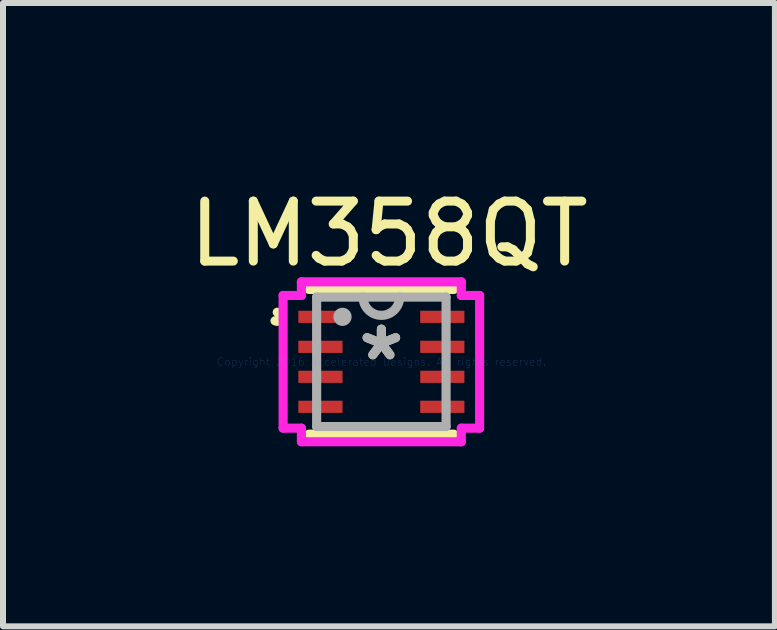
<source format=kicad_pcb>
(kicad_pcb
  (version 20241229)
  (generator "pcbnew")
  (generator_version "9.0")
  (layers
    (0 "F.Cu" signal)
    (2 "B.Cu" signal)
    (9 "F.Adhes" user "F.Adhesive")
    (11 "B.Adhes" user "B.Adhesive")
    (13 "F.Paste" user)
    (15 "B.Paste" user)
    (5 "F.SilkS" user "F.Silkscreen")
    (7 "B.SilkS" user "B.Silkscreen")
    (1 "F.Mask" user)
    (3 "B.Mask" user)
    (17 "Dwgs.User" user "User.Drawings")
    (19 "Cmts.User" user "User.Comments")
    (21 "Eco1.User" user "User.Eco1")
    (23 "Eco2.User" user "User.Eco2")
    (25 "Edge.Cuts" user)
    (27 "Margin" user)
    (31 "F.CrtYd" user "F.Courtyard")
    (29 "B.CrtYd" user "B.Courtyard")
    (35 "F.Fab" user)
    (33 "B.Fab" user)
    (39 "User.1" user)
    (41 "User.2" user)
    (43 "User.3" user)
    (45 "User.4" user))
  (footprint "LM358QT"
    (layer "F.Cu")
    (at 3.308 2.982)
    (property "Reference" "LM358QT" (at 0.127 -2.134 0) (layer "F.SilkS") (effects (font (size 1 1) (thickness 0.15))))
    (attr through_hole)
    (fp_line (start -1.206 1.206) (end 1.206 1.206) (stroke (width 0.152) (type solid)) (layer "F.SilkS"))
    (fp_line (start 1.206 -1.206) (end -1.206 -1.206) (stroke (width 0.152) (type solid)) (layer "F.SilkS"))
    (fp_arc (start -1.735963 -0.826389) (mid -1.66215 -0.731266) (end -1.772624 -0.683387) (stroke (width 0.1524) (type solid)) (layer "F.SilkS"))
    (fp_line (start -1.638 -1.106) (end -1.333 -1.106) (stroke (width 0.152) (type solid)) (layer "F.CrtYd"))
    (fp_line (start -1.638 1.106) (end -1.638 -1.106) (stroke (width 0.152) (type solid)) (layer "F.CrtYd"))
    (fp_line (start -1.333 -1.333) (end 1.333 -1.333) (stroke (width 0.152) (type solid)) (layer "F.CrtYd"))
    (fp_line (start -1.333 -1.106) (end -1.333 -1.333) (stroke (width 0.152) (type solid)) (layer "F.CrtYd"))
    (fp_line (start -1.333 1.106) (end -1.638 1.106) (stroke (width 0.152) (type solid)) (layer "F.CrtYd"))
    (fp_line (start -1.333 1.333) (end -1.333 1.106) (stroke (width 0.152) (type solid)) (layer "F.CrtYd"))
    (fp_line (start 1.333 -1.333) (end 1.333 -1.106) (stroke (width 0.152) (type solid)) (layer "F.CrtYd"))
    (fp_line (start 1.333 -1.106) (end 1.638 -1.106) (stroke (width 0.152) (type solid)) (layer "F.CrtYd"))
    (fp_line (start 1.333 1.106) (end 1.333 1.333) (stroke (width 0.152) (type solid)) (layer "F.CrtYd"))
    (fp_line (start 1.333 1.333) (end -1.333 1.333) (stroke (width 0.152) (type solid)) (layer "F.CrtYd"))
    (fp_line (start 1.638 -1.106) (end 1.638 1.106) (stroke (width 0.152) (type solid)) (layer "F.CrtYd"))
    (fp_line (start 1.638 1.106) (end 1.333 1.106) (stroke (width 0.152) (type solid)) (layer "F.CrtYd"))
    (fp_line (start -1.079 -1.079) (end -1.079 1.079) (stroke (width 0.152) (type solid)) (layer "F.Fab"))
    (fp_line (start -1.079 1.079) (end 1.079 1.079) (stroke (width 0.152) (type solid)) (layer "F.Fab"))
    (fp_line (start 1.079 -1.079) (end -1.079 -1.079) (stroke (width 0.152) (type solid)) (layer "F.Fab"))
    (fp_line (start 1.079 1.079) (end 1.079 -1.079) (stroke (width 0.152) (type solid)) (layer "F.Fab"))
    (fp_arc (start 0.3048 -1.0795) (mid 0 -0.7747) (end -0.3048 -1.0795) (stroke (width 0.1524) (type solid)) (layer "F.Fab"))
    (fp_circle (center -0.648 -0.75) (end -0.648 -0.75) (stroke (width 0.152) (type solid)) (fill no) (layer "F.Fab"))
    (fp_text user "*" (at 0 0 0) (layer "F.SilkS") (effects (font (size 1 1) (thickness 0.15))))
    (fp_text user "Copyright 2016 Accelerated Designs. All rights reserved." (at 0 0 0) (layer "Cmts.User") (effects (font (size 0.127 0.127) (thickness 0.002))))
    (fp_text user "*" (at 0 0 0) (layer "F.Fab") (effects (font (size 1 1) (thickness 0.15))))
    (pad "1" smd rect (at -1.016 -0.75) (size 0.737 0.203) (layers "F.Cu" "F.Mask" "F.Paste"))
    (pad "2" smd rect (at -1.016 -0.25) (size 0.737 0.203) (layers "F.Cu" "F.Mask" "F.Paste"))
    (pad "3" smd rect (at -1.016 0.25) (size 0.737 0.203) (layers "F.Cu" "F.Mask" "F.Paste"))
    (pad "4" smd rect (at -1.016 0.75) (size 0.737 0.203) (layers "F.Cu" "F.Mask" "F.Paste"))
    (pad "5" smd rect (at 1.016 0.75) (size 0.737 0.203) (layers "F.Cu" "F.Mask" "F.Paste"))
    (pad "6" smd rect (at 1.016 0.25) (size 0.737 0.203) (layers "F.Cu" "F.Mask" "F.Paste"))
    (pad "7" smd rect (at 1.016 -0.25) (size 0.737 0.203) (layers "F.Cu" "F.Mask" "F.Paste"))
    (pad "8" smd rect (at 1.016 -0.75) (size 0.737 0.203) (layers "F.Cu" "F.Mask" "F.Paste")))
  (gr_rect
    (start -3 -3)
    (end 9.869 7.392)
    (stroke (width 0.1) (type default))
    (fill no)
    (layer "Edge.Cuts")))
</source>
